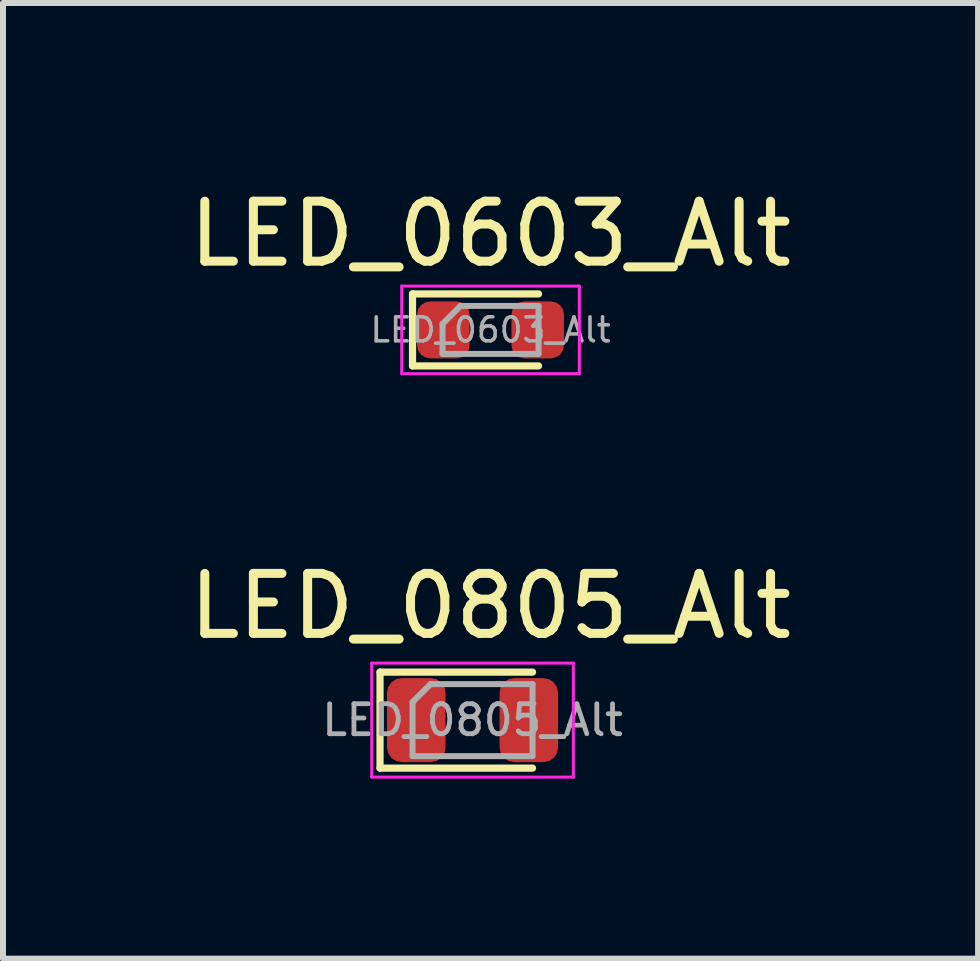
<source format=kicad_pcb>
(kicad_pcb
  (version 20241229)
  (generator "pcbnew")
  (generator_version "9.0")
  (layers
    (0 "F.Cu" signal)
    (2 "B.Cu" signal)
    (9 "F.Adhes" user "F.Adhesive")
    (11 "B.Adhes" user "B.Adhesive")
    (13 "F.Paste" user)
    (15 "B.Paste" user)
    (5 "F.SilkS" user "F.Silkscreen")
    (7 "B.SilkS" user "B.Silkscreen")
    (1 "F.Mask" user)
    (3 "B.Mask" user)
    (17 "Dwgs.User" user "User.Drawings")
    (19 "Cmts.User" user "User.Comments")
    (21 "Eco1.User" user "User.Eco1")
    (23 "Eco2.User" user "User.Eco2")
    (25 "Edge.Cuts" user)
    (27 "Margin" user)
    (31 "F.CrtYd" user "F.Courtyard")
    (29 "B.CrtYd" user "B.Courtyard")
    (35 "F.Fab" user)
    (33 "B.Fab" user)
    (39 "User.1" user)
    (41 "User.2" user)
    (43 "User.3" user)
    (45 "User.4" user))
  (footprint "LED_0603_Alt"
    (layer "F.Cu")
    (at 5.125 2.448)
    (property "Reference" "LED_0603_Alt" (at 0 -1.6 0) (unlocked yes) (layer "F.SilkS") (effects (font (size 1 1) (thickness 0.15))))
    (attr smd)
    (fp_line (start -1.3 -0.6) (end -1.3 0.6) (stroke (width 0.12) (type solid)) (layer "F.SilkS"))
    (fp_line (start -1.3 0.6) (end 0.8 0.6) (stroke (width 0.12) (type solid)) (layer "F.SilkS"))
    (fp_line (start 0.8 -0.6) (end -1.3 -0.6) (stroke (width 0.12) (type solid)) (layer "F.SilkS"))
    (fp_line (start -1.48 -0.73) (end 1.48 -0.73) (stroke (width 0.05) (type solid)) (layer "F.CrtYd"))
    (fp_line (start -1.48 0.73) (end -1.48 -0.73) (stroke (width 0.05) (type solid)) (layer "F.CrtYd"))
    (fp_line (start 1.48 -0.73) (end 1.48 0.73) (stroke (width 0.05) (type solid)) (layer "F.CrtYd"))
    (fp_line (start 1.48 0.73) (end -1.48 0.73) (stroke (width 0.05) (type solid)) (layer "F.CrtYd"))
    (fp_line (start -0.8 -0.1) (end -0.8 0.4) (stroke (width 0.1) (type solid)) (layer "F.Fab"))
    (fp_line (start -0.8 0.4) (end 0.8 0.4) (stroke (width 0.1) (type solid)) (layer "F.Fab"))
    (fp_line (start -0.5 -0.4) (end -0.8 -0.1) (stroke (width 0.1) (type solid)) (layer "F.Fab"))
    (fp_line (start 0.8 -0.4) (end -0.5 -0.4) (stroke (width 0.1) (type solid)) (layer "F.Fab"))
    (fp_line (start 0.8 0.4) (end 0.8 -0.4) (stroke (width 0.1) (type solid)) (layer "F.Fab"))
    (fp_text user "${REFERENCE}" (at 0 0 0) (layer "F.Fab") (effects (font (size 0.4 0.4) (thickness 0.06))))
    (pad "1" smd roundrect (at -0.787 0) (size 0.875 0.95) (layers "F.Cu" "F.Mask" "F.Paste") (roundrect_rratio 0.25))
    (pad "2" smd roundrect (at 0.787 0) (size 0.875 0.95) (layers "F.Cu" "F.Mask" "F.Paste") (roundrect_rratio 0.25)))
  (footprint "LED_0805_Alt"
    (layer "F.Cu")
    (at 4.825 8.951)
    (property "Reference" "LED_0805_Alt" (at 0.3 -1.9 0) (unlocked yes) (layer "F.SilkS") (effects (font (size 1 1) (thickness 0.15))))
    (attr smd)
    (fp_line (start -1.542 -0.8) (end -1.542 0.8) (stroke (width 0.12) (type solid)) (layer "F.SilkS"))
    (fp_line (start -1.542 0.8) (end 1 0.8) (stroke (width 0.12) (type solid)) (layer "F.SilkS"))
    (fp_line (start 1 -0.8) (end -1.542 -0.8) (stroke (width 0.12) (type solid)) (layer "F.SilkS"))
    (fp_line (start -1.68 -0.95) (end 1.68 -0.95) (stroke (width 0.05) (type solid)) (layer "F.CrtYd"))
    (fp_line (start -1.68 0.95) (end -1.68 -0.95) (stroke (width 0.05) (type solid)) (layer "F.CrtYd"))
    (fp_line (start 1.68 -0.95) (end 1.68 0.95) (stroke (width 0.05) (type solid)) (layer "F.CrtYd"))
    (fp_line (start 1.68 0.95) (end -1.68 0.95) (stroke (width 0.05) (type solid)) (layer "F.CrtYd"))
    (fp_line (start -1 -0.3) (end -1 0.6) (stroke (width 0.1) (type solid)) (layer "F.Fab"))
    (fp_line (start -1 0.6) (end 1 0.6) (stroke (width 0.1) (type solid)) (layer "F.Fab"))
    (fp_line (start -0.7 -0.6) (end -1 -0.3) (stroke (width 0.1) (type solid)) (layer "F.Fab"))
    (fp_line (start 1 -0.6) (end -0.7 -0.6) (stroke (width 0.1) (type solid)) (layer "F.Fab"))
    (fp_line (start 1 0.6) (end 1 -0.6) (stroke (width 0.1) (type solid)) (layer "F.Fab"))
    (fp_text user "${REFERENCE}" (at 0 0 0) (layer "F.Fab") (effects (font (size 0.5 0.5) (thickness 0.08))))
    (pad "1" smd roundrect (at -0.938 0) (size 0.975 1.4) (layers "F.Cu" "F.Mask" "F.Paste") (roundrect_rratio 0.25))
    (pad "2" smd roundrect (at 0.938 0) (size 0.975 1.4) (layers "F.Cu" "F.Mask" "F.Paste") (roundrect_rratio 0.25)))
  (gr_rect
    (start -3 -3)
    (end 13.25 12.927)
    (stroke (width 0.1) (type default))
    (fill no)
    (layer "Edge.Cuts")))
</source>
